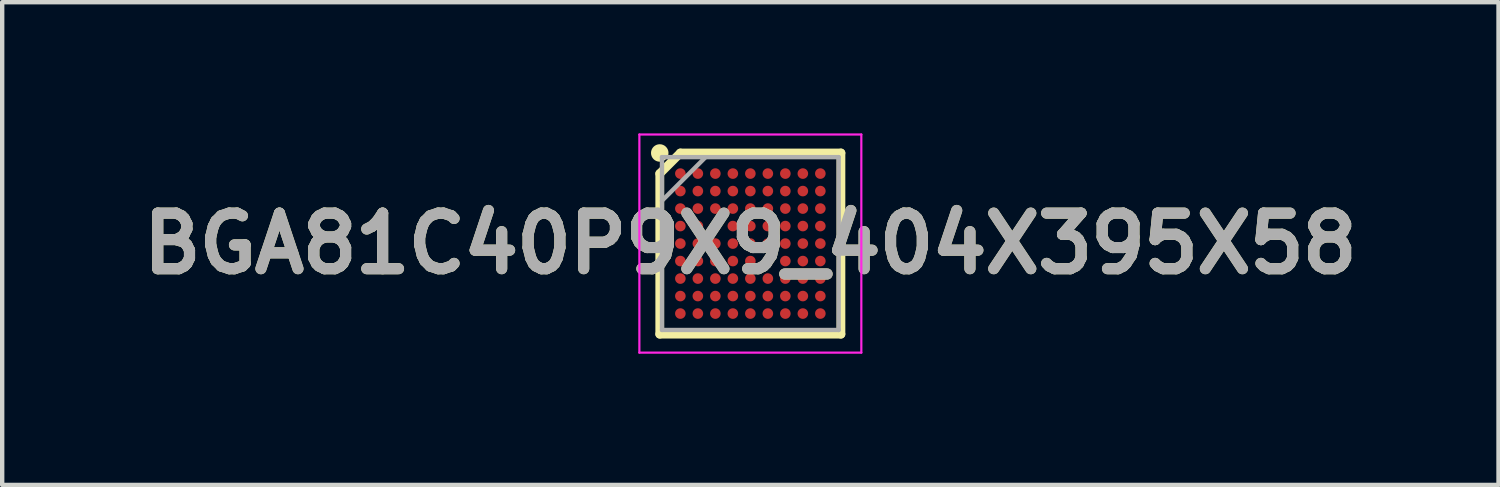
<source format=kicad_pcb>
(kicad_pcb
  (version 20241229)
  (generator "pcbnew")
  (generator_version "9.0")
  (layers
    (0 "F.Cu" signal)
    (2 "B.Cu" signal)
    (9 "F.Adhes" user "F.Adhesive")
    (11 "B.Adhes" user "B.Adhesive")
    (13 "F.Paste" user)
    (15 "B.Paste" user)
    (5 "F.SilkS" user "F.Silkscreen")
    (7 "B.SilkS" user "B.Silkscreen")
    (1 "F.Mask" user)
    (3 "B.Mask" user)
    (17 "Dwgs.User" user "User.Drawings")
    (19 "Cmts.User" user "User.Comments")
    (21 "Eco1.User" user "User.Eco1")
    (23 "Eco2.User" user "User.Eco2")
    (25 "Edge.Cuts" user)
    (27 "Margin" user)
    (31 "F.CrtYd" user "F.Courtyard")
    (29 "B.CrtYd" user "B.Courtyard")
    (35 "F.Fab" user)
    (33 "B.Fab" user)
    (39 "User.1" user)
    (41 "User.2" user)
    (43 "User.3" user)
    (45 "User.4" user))
  (footprint "BGA81C40P9X9_404X395X58"
    (layer "F.Cu")
    (at 14.103 2.518)
    (property "Reference" "BGA81C40P9X9_404X395X58" (at 0 0 0) (layer "F.SilkS") (effects (font (size 1.27 1.27) (thickness 0.254))))
    (attr smd)
    (fp_line (start -2.071 -1.6) (end -1.6 -2.071) (stroke (width 0.2) (type solid)) (layer "F.SilkS"))
    (fp_line (start -2.071 2.071) (end -2.071 -1.6) (stroke (width 0.2) (type solid)) (layer "F.SilkS"))
    (fp_line (start -1.6 -2.071) (end 2.071 -2.071) (stroke (width 0.2) (type solid)) (layer "F.SilkS"))
    (fp_line (start 2.071 -2.071) (end 2.071 2.071) (stroke (width 0.2) (type solid)) (layer "F.SilkS"))
    (fp_line (start 2.071 2.071) (end -2.071 2.071) (stroke (width 0.2) (type solid)) (layer "F.SilkS"))
    (fp_circle (center -2.071 -2.071) (end -2.071 -1.971) (stroke (width 0.2) (type solid)) (fill no) (layer "F.SilkS"))
    (fp_line (start -2.537 -2.493) (end 2.537 -2.493) (stroke (width 0.05) (type solid)) (layer "F.CrtYd"))
    (fp_line (start -2.537 2.493) (end -2.537 -2.493) (stroke (width 0.05) (type solid)) (layer "F.CrtYd"))
    (fp_line (start 2.537 -2.493) (end 2.537 2.493) (stroke (width 0.05) (type solid)) (layer "F.CrtYd"))
    (fp_line (start 2.537 2.493) (end -2.537 2.493) (stroke (width 0.05) (type solid)) (layer "F.CrtYd"))
    (fp_line (start -2.02 -1.976) (end 2.019 -1.976) (stroke (width 0.1) (type solid)) (layer "F.Fab"))
    (fp_line (start -2.02 -0.979) (end -1.024 -1.975) (stroke (width 0.1) (type solid)) (layer "F.Fab"))
    (fp_line (start -2.02 1.975) (end -2.02 -1.976) (stroke (width 0.1) (type solid)) (layer "F.Fab"))
    (fp_line (start 2.019 -1.976) (end 2.019 1.975) (stroke (width 0.1) (type solid)) (layer "F.Fab"))
    (fp_line (start 2.019 1.975) (end -2.02 1.975) (stroke (width 0.1) (type solid)) (layer "F.Fab"))
    (fp_text user "${REFERENCE}" (at 0 0 0) (layer "F.Fab") (effects (font (size 1.27 1.27) (thickness 0.254))))
    (pad "A1" smd circle (at -1.6 -1.6 90) (size 0.242 0.242) (layers "F.Cu" "F.Mask" "F.Paste"))
    (pad "A2" smd circle (at -1.2 -1.6 90) (size 0.242 0.242) (layers "F.Cu" "F.Mask" "F.Paste"))
    (pad "A3" smd circle (at -0.8 -1.6 90) (size 0.242 0.242) (layers "F.Cu" "F.Mask" "F.Paste"))
    (pad "A4" smd circle (at -0.4 -1.6 90) (size 0.242 0.242) (layers "F.Cu" "F.Mask" "F.Paste"))
    (pad "A5" smd circle (at 0 -1.6 90) (size 0.242 0.242) (layers "F.Cu" "F.Mask" "F.Paste"))
    (pad "A6" smd circle (at 0.4 -1.6 90) (size 0.242 0.242) (layers "F.Cu" "F.Mask" "F.Paste"))
    (pad "A7" smd circle (at 0.8 -1.6 90) (size 0.242 0.242) (layers "F.Cu" "F.Mask" "F.Paste"))
    (pad "A8" smd circle (at 1.2 -1.6 90) (size 0.242 0.242) (layers "F.Cu" "F.Mask" "F.Paste"))
    (pad "A9" smd circle (at 1.6 -1.6 90) (size 0.242 0.242) (layers "F.Cu" "F.Mask" "F.Paste"))
    (pad "B1" smd circle (at -1.6 -1.2 90) (size 0.242 0.242) (layers "F.Cu" "F.Mask" "F.Paste"))
    (pad "B2" smd circle (at -1.2 -1.2 90) (size 0.242 0.242) (layers "F.Cu" "F.Mask" "F.Paste"))
    (pad "B3" smd circle (at -0.8 -1.2 90) (size 0.242 0.242) (layers "F.Cu" "F.Mask" "F.Paste"))
    (pad "B4" smd circle (at -0.4 -1.2 90) (size 0.242 0.242) (layers "F.Cu" "F.Mask" "F.Paste"))
    (pad "B5" smd circle (at 0 -1.2 90) (size 0.242 0.242) (layers "F.Cu" "F.Mask" "F.Paste"))
    (pad "B6" smd circle (at 0.4 -1.2 90) (size 0.242 0.242) (layers "F.Cu" "F.Mask" "F.Paste"))
    (pad "B7" smd circle (at 0.8 -1.2 90) (size 0.242 0.242) (layers "F.Cu" "F.Mask" "F.Paste"))
    (pad "B8" smd circle (at 1.2 -1.2 90) (size 0.242 0.242) (layers "F.Cu" "F.Mask" "F.Paste"))
    (pad "B9" smd circle (at 1.6 -1.2 90) (size 0.242 0.242) (layers "F.Cu" "F.Mask" "F.Paste"))
    (pad "C1" smd circle (at -1.6 -0.8 90) (size 0.242 0.242) (layers "F.Cu" "F.Mask" "F.Paste"))
    (pad "C2" smd circle (at -1.2 -0.8 90) (size 0.242 0.242) (layers "F.Cu" "F.Mask" "F.Paste"))
    (pad "C3" smd circle (at -0.8 -0.8 90) (size 0.242 0.242) (layers "F.Cu" "F.Mask" "F.Paste"))
    (pad "C4" smd circle (at -0.4 -0.8 90) (size 0.242 0.242) (layers "F.Cu" "F.Mask" "F.Paste"))
    (pad "C5" smd circle (at 0 -0.8 90) (size 0.242 0.242) (layers "F.Cu" "F.Mask" "F.Paste"))
    (pad "C6" smd circle (at 0.4 -0.8 90) (size 0.242 0.242) (layers "F.Cu" "F.Mask" "F.Paste"))
    (pad "C7" smd circle (at 0.8 -0.8 90) (size 0.242 0.242) (layers "F.Cu" "F.Mask" "F.Paste"))
    (pad "C8" smd circle (at 1.2 -0.8 90) (size 0.242 0.242) (layers "F.Cu" "F.Mask" "F.Paste"))
    (pad "C9" smd circle (at 1.6 -0.8 90) (size 0.242 0.242) (layers "F.Cu" "F.Mask" "F.Paste"))
    (pad "D1" smd circle (at -1.6 -0.4 90) (size 0.242 0.242) (layers "F.Cu" "F.Mask" "F.Paste"))
    (pad "D2" smd circle (at -1.2 -0.4 90) (size 0.242 0.242) (layers "F.Cu" "F.Mask" "F.Paste"))
    (pad "D3" smd circle (at -0.8 -0.4 90) (size 0.242 0.242) (layers "F.Cu" "F.Mask" "F.Paste"))
    (pad "D4" smd circle (at -0.4 -0.4 90) (size 0.242 0.242) (layers "F.Cu" "F.Mask" "F.Paste"))
    (pad "D5" smd circle (at 0 -0.4 90) (size 0.242 0.242) (layers "F.Cu" "F.Mask" "F.Paste"))
    (pad "D6" smd circle (at 0.4 -0.4 90) (size 0.242 0.242) (layers "F.Cu" "F.Mask" "F.Paste"))
    (pad "D7" smd circle (at 0.8 -0.4 90) (size 0.242 0.242) (layers "F.Cu" "F.Mask" "F.Paste"))
    (pad "D8" smd circle (at 1.2 -0.4 90) (size 0.242 0.242) (layers "F.Cu" "F.Mask" "F.Paste"))
    (pad "D9" smd circle (at 1.6 -0.4 90) (size 0.242 0.242) (layers "F.Cu" "F.Mask" "F.Paste"))
    (pad "E1" smd circle (at -1.6 0 90) (size 0.242 0.242) (layers "F.Cu" "F.Mask" "F.Paste"))
    (pad "E2" smd circle (at -1.2 0 90) (size 0.242 0.242) (layers "F.Cu" "F.Mask" "F.Paste"))
    (pad "E3" smd circle (at -0.8 0 90) (size 0.242 0.242) (layers "F.Cu" "F.Mask" "F.Paste"))
    (pad "E4" smd circle (at -0.4 0 90) (size 0.242 0.242) (layers "F.Cu" "F.Mask" "F.Paste"))
    (pad "E5" smd circle (at 0 0 90) (size 0.242 0.242) (layers "F.Cu" "F.Mask" "F.Paste"))
    (pad "E6" smd circle (at 0.4 0 90) (size 0.242 0.242) (layers "F.Cu" "F.Mask" "F.Paste"))
    (pad "E7" smd circle (at 0.8 0 90) (size 0.242 0.242) (layers "F.Cu" "F.Mask" "F.Paste"))
    (pad "E8" smd circle (at 1.2 0 90) (size 0.242 0.242) (layers "F.Cu" "F.Mask" "F.Paste"))
    (pad "E9" smd circle (at 1.6 0 90) (size 0.242 0.242) (layers "F.Cu" "F.Mask" "F.Paste"))
    (pad "F1" smd circle (at -1.6 0.4 90) (size 0.242 0.242) (layers "F.Cu" "F.Mask" "F.Paste"))
    (pad "F2" smd circle (at -1.2 0.4 90) (size 0.242 0.242) (layers "F.Cu" "F.Mask" "F.Paste"))
    (pad "F3" smd circle (at -0.8 0.4 90) (size 0.242 0.242) (layers "F.Cu" "F.Mask" "F.Paste"))
    (pad "F4" smd circle (at -0.4 0.4 90) (size 0.242 0.242) (layers "F.Cu" "F.Mask" "F.Paste"))
    (pad "F5" smd circle (at 0 0.4 90) (size 0.242 0.242) (layers "F.Cu" "F.Mask" "F.Paste"))
    (pad "F6" smd circle (at 0.4 0.4 90) (size 0.242 0.242) (layers "F.Cu" "F.Mask" "F.Paste"))
    (pad "F7" smd circle (at 0.8 0.4 90) (size 0.242 0.242) (layers "F.Cu" "F.Mask" "F.Paste"))
    (pad "F8" smd circle (at 1.2 0.4 90) (size 0.242 0.242) (layers "F.Cu" "F.Mask" "F.Paste"))
    (pad "F9" smd circle (at 1.6 0.4 90) (size 0.242 0.242) (layers "F.Cu" "F.Mask" "F.Paste"))
    (pad "G1" smd circle (at -1.6 0.8 90) (size 0.242 0.242) (layers "F.Cu" "F.Mask" "F.Paste"))
    (pad "G2" smd circle (at -1.2 0.8 90) (size 0.242 0.242) (layers "F.Cu" "F.Mask" "F.Paste"))
    (pad "G3" smd circle (at -0.8 0.8 90) (size 0.242 0.242) (layers "F.Cu" "F.Mask" "F.Paste"))
    (pad "G4" smd circle (at -0.4 0.8 90) (size 0.242 0.242) (layers "F.Cu" "F.Mask" "F.Paste"))
    (pad "G5" smd circle (at 0 0.8 90) (size 0.242 0.242) (layers "F.Cu" "F.Mask" "F.Paste"))
    (pad "G6" smd circle (at 0.4 0.8 90) (size 0.242 0.242) (layers "F.Cu" "F.Mask" "F.Paste"))
    (pad "G7" smd circle (at 0.8 0.8 90) (size 0.242 0.242) (layers "F.Cu" "F.Mask" "F.Paste"))
    (pad "G8" smd circle (at 1.2 0.8 90) (size 0.242 0.242) (layers "F.Cu" "F.Mask" "F.Paste"))
    (pad "G9" smd circle (at 1.6 0.8 90) (size 0.242 0.242) (layers "F.Cu" "F.Mask" "F.Paste"))
    (pad "H1" smd circle (at -1.6 1.2 90) (size 0.242 0.242) (layers "F.Cu" "F.Mask" "F.Paste"))
    (pad "H2" smd circle (at -1.2 1.2 90) (size 0.242 0.242) (layers "F.Cu" "F.Mask" "F.Paste"))
    (pad "H3" smd circle (at -0.8 1.2 90) (size 0.242 0.242) (layers "F.Cu" "F.Mask" "F.Paste"))
    (pad "H4" smd circle (at -0.4 1.2 90) (size 0.242 0.242) (layers "F.Cu" "F.Mask" "F.Paste"))
    (pad "H5" smd circle (at 0 1.2 90) (size 0.242 0.242) (layers "F.Cu" "F.Mask" "F.Paste"))
    (pad "H6" smd circle (at 0.4 1.2 90) (size 0.242 0.242) (layers "F.Cu" "F.Mask" "F.Paste"))
    (pad "H7" smd circle (at 0.8 1.2 90) (size 0.242 0.242) (layers "F.Cu" "F.Mask" "F.Paste"))
    (pad "H8" smd circle (at 1.2 1.2 90) (size 0.242 0.242) (layers "F.Cu" "F.Mask" "F.Paste"))
    (pad "H9" smd circle (at 1.6 1.2 90) (size 0.242 0.242) (layers "F.Cu" "F.Mask" "F.Paste"))
    (pad "J1" smd circle (at -1.6 1.6 90) (size 0.242 0.242) (layers "F.Cu" "F.Mask" "F.Paste"))
    (pad "J2" smd circle (at -1.2 1.6 90) (size 0.242 0.242) (layers "F.Cu" "F.Mask" "F.Paste"))
    (pad "J3" smd circle (at -0.8 1.6 90) (size 0.242 0.242) (layers "F.Cu" "F.Mask" "F.Paste"))
    (pad "J4" smd circle (at -0.4 1.6 90) (size 0.242 0.242) (layers "F.Cu" "F.Mask" "F.Paste"))
    (pad "J5" smd circle (at 0 1.6 90) (size 0.242 0.242) (layers "F.Cu" "F.Mask" "F.Paste"))
    (pad "J6" smd circle (at 0.4 1.6 90) (size 0.242 0.242) (layers "F.Cu" "F.Mask" "F.Paste"))
    (pad "J7" smd circle (at 0.8 1.6 90) (size 0.242 0.242) (layers "F.Cu" "F.Mask" "F.Paste"))
    (pad "J8" smd circle (at 1.2 1.6 90) (size 0.242 0.242) (layers "F.Cu" "F.Mask" "F.Paste"))
    (pad "J9" smd circle (at 1.6 1.6 90) (size 0.242 0.242) (layers "F.Cu" "F.Mask" "F.Paste")))
  (gr_rect
    (start -3 -3)
    (end 31.206 8.036)
    (stroke (width 0.1) (type default))
    (fill no)
    (layer "Edge.Cuts")))
</source>
